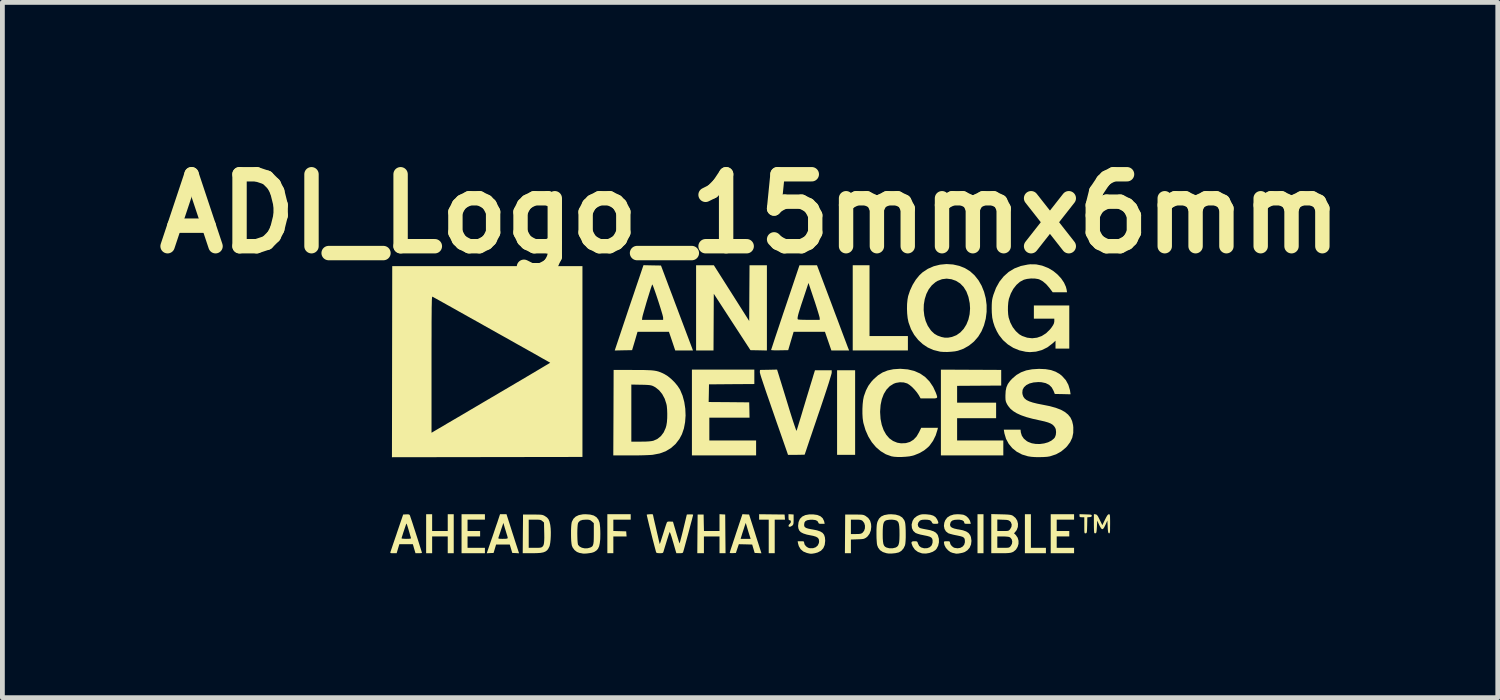
<source format=kicad_pcb>
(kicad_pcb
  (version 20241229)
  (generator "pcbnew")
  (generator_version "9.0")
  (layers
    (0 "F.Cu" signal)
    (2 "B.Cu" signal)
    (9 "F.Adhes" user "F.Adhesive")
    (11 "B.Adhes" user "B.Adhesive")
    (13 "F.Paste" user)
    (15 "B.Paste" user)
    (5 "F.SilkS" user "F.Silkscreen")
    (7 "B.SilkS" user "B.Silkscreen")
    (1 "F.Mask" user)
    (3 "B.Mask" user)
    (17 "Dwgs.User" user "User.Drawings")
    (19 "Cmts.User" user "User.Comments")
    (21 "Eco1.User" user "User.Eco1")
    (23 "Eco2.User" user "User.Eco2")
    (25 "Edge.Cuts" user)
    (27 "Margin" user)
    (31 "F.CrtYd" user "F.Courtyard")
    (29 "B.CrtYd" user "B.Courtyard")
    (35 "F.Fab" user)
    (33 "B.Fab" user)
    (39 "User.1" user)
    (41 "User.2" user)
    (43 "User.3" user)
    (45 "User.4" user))
  (footprint "ADI_Logo_15mmx6mm"
    (layer "F.Cu")
    (at 12.586 5.468)
    (property "Reference" "ADI_Logo_15mmx6mm" (at 0 -4.064 0) (layer "F.SilkS") (effects (font (size 1.5 1.5) (thickness 0.3))))
    (attr board_only exclude_from_pos_files exclude_from_bom)
    (fp_poly (pts (xy 2.189 0.081) (xy 2.189 0.963) (xy 2.001 0.963) (xy 1.813 0.963) (xy 1.813 0.081) (xy 1.813 -0.8) (xy 2.001 -0.8) (xy 2.189 -0.8)) (stroke (width 0) (type solid)) (fill yes) (layer "F.SilkS"))
    (fp_poly (pts (xy 4.865 2.608) (xy 4.865 3.014) (xy 4.802 3.014) (xy 4.74 3.014) (xy 4.74 2.608) (xy 4.74 2.201) (xy 4.802 2.201) (xy 4.865 2.201)) (stroke (width 0) (type solid)) (fill yes) (layer "F.SilkS"))
    (fp_poly (pts (xy 2.489 -2.251) (xy 2.489 -1.513) (xy 2.889 -1.513) (xy 3.289 -1.513) (xy 3.289 -1.363) (xy 3.289 -1.213) (xy 2.714 -1.213) (xy 2.139 -1.213) (xy 2.139 -2.101) (xy 2.139 -2.989) (xy 2.314 -2.989) (xy 2.489 -2.989)) (stroke (width 0) (type solid)) (fill yes) (layer "F.SilkS"))
    (fp_poly (pts (xy 5.853 2.551) (xy 5.853 2.901) (xy 6.009 2.901) (xy 6.166 2.901) (xy 6.166 2.958) (xy 6.166 3.014) (xy 5.947 3.014) (xy 5.728 3.014) (xy 5.728 2.608) (xy 5.728 2.201) (xy 5.79 2.201) (xy 5.853 2.201)) (stroke (width 0) (type solid)) (fill yes) (layer "F.SilkS"))
    (fp_poly (pts (xy 0.453 2.204) (xy 0.719 2.207) (xy 0.723 2.26) (xy 0.727 2.314) (xy 0.62 2.314) (xy 0.513 2.314) (xy 0.513 2.664) (xy 0.513 3.014) (xy 0.45 3.014) (xy 0.388 3.014) (xy 0.388 2.664) (xy 0.388 2.314) (xy 0.288 2.314) (xy 0.188 2.314) (xy 0.188 2.257) (xy 0.188 2.201)) (stroke (width 0) (type solid)) (fill yes) (layer "F.SilkS"))
    (fp_poly (pts (xy -2.489 2.257) (xy -2.489 2.314) (xy -2.67 2.314) (xy -2.851 2.314) (xy -2.851 2.432) (xy -2.851 2.55) (xy -2.717 2.554) (xy -2.583 2.558) (xy -2.579 2.611) (xy -2.575 2.664) (xy -2.713 2.664) (xy -2.851 2.664) (xy -2.851 2.839) (xy -2.851 3.014) (xy -2.914 3.014) (xy -2.976 3.014) (xy -2.976 2.608) (xy -2.976 2.201) (xy -2.733 2.201) (xy -2.489 2.201)) (stroke (width 0) (type solid)) (fill yes) (layer "F.SilkS"))
    (fp_poly (pts (xy -0.387 -2.408) (xy -0.019 -1.827) (xy -0.016 -2.408) (xy -0.012 -2.989) (xy 0.169 -2.989) (xy 0.35 -2.989) (xy 0.35 -2.101) (xy 0.35 -1.212) (xy 0.178 -1.216) (xy 0.007 -1.219) (xy -0.375 -1.806) (xy -0.757 -2.394) (xy -0.76 -1.803) (xy -0.763 -1.213) (xy -0.944 -1.213) (xy -1.126 -1.213) (xy -1.126 -2.101) (xy -1.126 -2.989) (xy -0.941 -2.989) (xy -0.756 -2.989)) (stroke (width 0) (type solid)) (fill yes) (layer "F.SilkS"))
    (fp_poly (pts (xy 0.854 2.203) (xy 0.907 2.207) (xy 0.907 2.312) (xy 0.906 2.364) (xy 0.903 2.397) (xy 0.896 2.419) (xy 0.885 2.433) (xy 0.877 2.44) (xy 0.845 2.459) (xy 0.818 2.463) (xy 0.802 2.452) (xy 0.8 2.442) (xy 0.81 2.418) (xy 0.825 2.404) (xy 0.845 2.379) (xy 0.85 2.357) (xy 0.845 2.333) (xy 0.825 2.326) (xy 0.81 2.323) (xy 0.803 2.309) (xy 0.801 2.279) (xy 0.8 2.263) (xy 0.8 2.2)) (stroke (width 0) (type solid)) (fill yes) (layer "F.SilkS"))
    (fp_poly (pts (xy -6.628 2.376) (xy -6.628 2.551) (xy -6.466 2.551) (xy -6.303 2.551) (xy -6.303 2.376) (xy -6.303 2.201) (xy -6.241 2.201) (xy -6.178 2.201) (xy -6.178 2.608) (xy -6.178 3.014) (xy -6.241 3.014) (xy -6.303 3.014) (xy -6.303 2.839) (xy -6.303 2.664) (xy -6.466 2.664) (xy -6.628 2.664) (xy -6.628 2.839) (xy -6.628 3.014) (xy -6.691 3.014) (xy -6.753 3.014) (xy -6.753 2.608) (xy -6.753 2.201) (xy -6.691 2.201) (xy -6.628 2.201)) (stroke (width 0) (type solid)) (fill yes) (layer "F.SilkS"))
    (fp_poly (pts (xy -5.528 2.257) (xy -5.528 2.314) (xy -5.709 2.314) (xy -5.89 2.314) (xy -5.89 2.432) (xy -5.89 2.551) (xy -5.759 2.551) (xy -5.628 2.551) (xy -5.628 2.608) (xy -5.628 2.664) (xy -5.759 2.664) (xy -5.89 2.664) (xy -5.89 2.783) (xy -5.89 2.901) (xy -5.709 2.901) (xy -5.528 2.901) (xy -5.528 2.958) (xy -5.528 3.014) (xy -5.772 3.014) (xy -6.015 3.014) (xy -6.015 2.608) (xy -6.015 2.201) (xy -5.772 2.201) (xy -5.528 2.201)) (stroke (width 0) (type solid)) (fill yes) (layer "F.SilkS"))
    (fp_poly (pts (xy -0.578 2.204) (xy -0.519 2.207) (xy -0.516 2.611) (xy -0.512 3.014) (xy -0.575 3.014) (xy -0.638 3.014) (xy -0.638 2.839) (xy -0.638 2.664) (xy -0.8 2.664) (xy -0.963 2.664) (xy -0.963 2.839) (xy -0.963 3.014) (xy -1.032 3.014) (xy -1.101 3.014) (xy -1.098 2.611) (xy -1.094 2.207) (xy -1.032 2.207) (xy -0.969 2.207) (xy -0.966 2.379) (xy -0.962 2.551) (xy -0.8 2.551) (xy -0.638 2.551) (xy -0.638 2.375) (xy -0.638 2.2)) (stroke (width 0) (type solid)) (fill yes) (layer "F.SilkS"))
    (fp_poly (pts (xy 0.088 -0.663) (xy 0.088 -0.513) (xy -0.385 -0.51) (xy -0.857 -0.506) (xy -0.86 -0.322) (xy -0.864 -0.138) (xy -0.441 -0.135) (xy -0.019 -0.131) (xy -0.015 0.028) (xy -0.012 0.188) (xy -0.431 0.188) (xy -0.85 0.188) (xy -0.85 0.425) (xy -0.85 0.663) (xy -0.363 0.663) (xy 0.125 0.663) (xy 0.125 0.819) (xy 0.125 0.975) (xy -0.544 0.975) (xy -1.213 0.975) (xy -1.213 0.081) (xy -1.213 -0.813) (xy -0.563 -0.813) (xy 0.088 -0.813)) (stroke (width 0) (type solid)) (fill yes) (layer "F.SilkS"))
    (fp_poly (pts (xy 4.605 -0.81) (xy 5.234 -0.807) (xy 5.234 -0.644) (xy 5.234 -0.481) (xy 4.774 -0.478) (xy 4.315 -0.475) (xy 4.315 -0.3) (xy 4.315 -0.125) (xy 4.721 -0.125) (xy 5.128 -0.125) (xy 5.128 0.038) (xy 5.128 0.2) (xy 4.721 0.2) (xy 4.315 0.2) (xy 4.315 0.431) (xy 4.315 0.663) (xy 4.796 0.663) (xy 5.278 0.663) (xy 5.278 0.819) (xy 5.278 0.975) (xy 4.627 0.975) (xy 3.977 0.975) (xy 3.977 0.081) (xy 3.977 -0.813)) (stroke (width 0) (type solid)) (fill yes) (layer "F.SilkS"))
    (fp_poly (pts (xy 6.753 2.257) (xy 6.753 2.314) (xy 6.572 2.314) (xy 6.391 2.314) (xy 6.391 2.432) (xy 6.391 2.551) (xy 6.522 2.551) (xy 6.653 2.551) (xy 6.653 2.608) (xy 6.653 2.664) (xy 6.522 2.664) (xy 6.391 2.664) (xy 6.391 2.783) (xy 6.391 2.901) (xy 6.572 2.901) (xy 6.753 2.901) (xy 6.753 2.958) (xy 6.753 3.014) (xy 6.509 3.014) (xy 6.266 3.014) (xy 6.266 2.608) (xy 6.266 2.201) (xy 6.509 2.201) (xy 6.753 2.201)) (stroke (width 0) (type solid)) (fill yes) (layer "F.SilkS"))
    (fp_poly (pts (xy 6.994 2.204) (xy 7.052 2.206) (xy 7.089 2.208) (xy 7.11 2.213) (xy 7.12 2.22) (xy 7.122 2.231) (xy 7.122 2.232) (xy 7.117 2.25) (xy 7.096 2.259) (xy 7.076 2.261) (xy 7.029 2.265) (xy 7.026 2.43) (xy 7.024 2.497) (xy 7.022 2.543) (xy 7.019 2.572) (xy 7.014 2.588) (xy 7.007 2.596) (xy 6.996 2.599) (xy 6.994 2.599) (xy 6.983 2.6) (xy 6.975 2.596) (xy 6.97 2.584) (xy 6.967 2.56) (xy 6.966 2.52) (xy 6.966 2.46) (xy 6.966 2.433) (xy 6.966 2.264) (xy 6.916 2.264) (xy 6.884 2.262) (xy 6.869 2.254) (xy 6.866 2.235) (xy 6.866 2.232) (xy 6.866 2.2)) (stroke (width 0) (type solid)) (fill yes) (layer "F.SilkS"))
    (fp_poly (pts (xy -0.091 2.204) (xy -0.021 2.207) (xy 0.065 2.476) (xy 0.093 2.564) (xy 0.121 2.654) (xy 0.148 2.739) (xy 0.172 2.813) (xy 0.19 2.871) (xy 0.193 2.88) (xy 0.236 3.015) (xy 0.166 3.011) (xy 0.095 3.008) (xy 0.069 2.92) (xy 0.043 2.833) (xy -0.096 2.829) (xy -0.235 2.826) (xy -0.266 2.917) (xy -0.296 3.008) (xy -0.361 3.012) (xy -0.397 3.012) (xy -0.42 3.009) (xy -0.425 3.005) (xy -0.421 2.991) (xy -0.411 2.957) (xy -0.394 2.904) (xy -0.371 2.836) (xy -0.345 2.756) (xy -0.331 2.714) (xy -0.198 2.714) (xy -0.094 2.714) (xy 0.011 2.714) (xy -0.006 2.661) (xy -0.018 2.624) (xy -0.034 2.573) (xy -0.051 2.516) (xy -0.057 2.495) (xy -0.091 2.382) (xy -0.115 2.451) (xy -0.13 2.499) (xy -0.149 2.557) (xy -0.168 2.615) (xy -0.168 2.617) (xy -0.198 2.714) (xy -0.331 2.714) (xy -0.315 2.666) (xy -0.293 2.598) (xy -0.16 2.2)) (stroke (width 0) (type solid)) (fill yes) (layer "F.SilkS"))
    (fp_poly (pts (xy 2.243 2.208) (xy 2.296 2.209) (xy 2.334 2.211) (xy 2.361 2.216) (xy 2.383 2.224) (xy 2.404 2.235) (xy 2.407 2.237) (xy 2.463 2.28) (xy 2.501 2.335) (xy 2.521 2.403) (xy 2.525 2.464) (xy 2.516 2.539) (xy 2.489 2.609) (xy 2.446 2.666) (xy 2.418 2.689) (xy 2.394 2.703) (xy 2.37 2.713) (xy 2.338 2.719) (xy 2.292 2.722) (xy 2.236 2.724) (xy 2.101 2.729) (xy 2.101 2.871) (xy 2.101 3.014) (xy 2.038 3.014) (xy 1.976 3.014) (xy 1.979 2.611) (xy 1.981 2.314) (xy 2.101 2.314) (xy 2.101 2.464) (xy 2.101 2.614) (xy 2.206 2.614) (xy 2.261 2.613) (xy 2.298 2.609) (xy 2.324 2.6) (xy 2.343 2.588) (xy 2.376 2.547) (xy 2.393 2.495) (xy 2.394 2.438) (xy 2.379 2.385) (xy 2.347 2.343) (xy 2.343 2.339) (xy 2.322 2.326) (xy 2.295 2.318) (xy 2.256 2.314) (xy 2.206 2.314) (xy 2.101 2.314) (xy 1.981 2.314) (xy 1.982 2.207) (xy 2.17 2.207)) (stroke (width 0) (type solid)) (fill yes) (layer "F.SilkS"))
    (fp_poly (pts (xy -4.983 2.498) (xy -4.955 2.587) (xy -4.926 2.676) (xy -4.9 2.758) (xy -4.877 2.829) (xy -4.859 2.883) (xy -4.852 2.905) (xy -4.816 3.015) (xy -4.887 3.011) (xy -4.958 3.008) (xy -4.984 2.92) (xy -5.01 2.833) (xy -5.153 2.833) (xy -5.295 2.833) (xy -5.321 2.92) (xy -5.347 3.008) (xy -5.418 3.011) (xy -5.49 3.015) (xy -5.383 2.703) (xy -5.248 2.703) (xy -5.24 2.709) (xy -5.217 2.713) (xy -5.176 2.714) (xy -5.153 2.714) (xy -5.1 2.713) (xy -5.068 2.709) (xy -5.054 2.702) (xy -5.052 2.697) (xy -5.056 2.676) (xy -5.065 2.642) (xy -5.071 2.625) (xy -5.083 2.585) (xy -5.099 2.532) (xy -5.116 2.478) (xy -5.116 2.476) (xy -5.143 2.382) (xy -5.192 2.526) (xy -5.211 2.584) (xy -5.228 2.635) (xy -5.241 2.673) (xy -5.247 2.692) (xy -5.248 2.703) (xy -5.383 2.703) (xy -5.379 2.693) (xy -5.348 2.602) (xy -5.319 2.515) (xy -5.292 2.436) (xy -5.268 2.368) (xy -5.251 2.315) (xy -5.241 2.285) (xy -5.213 2.201) (xy -5.146 2.201) (xy -5.078 2.201)) (stroke (width 0) (type solid)) (fill yes) (layer "F.SilkS"))
    (fp_poly (pts (xy 7.2 2.203) (xy 7.218 2.208) (xy 7.234 2.221) (xy 7.251 2.245) (xy 7.272 2.286) (xy 7.288 2.318) (xy 7.342 2.429) (xy 7.397 2.315) (xy 7.425 2.26) (xy 7.446 2.225) (xy 7.463 2.207) (xy 7.478 2.201) (xy 7.478 2.201) (xy 7.488 2.202) (xy 7.495 2.208) (xy 7.499 2.222) (xy 7.502 2.247) (xy 7.503 2.288) (xy 7.504 2.348) (xy 7.504 2.402) (xy 7.503 2.477) (xy 7.503 2.531) (xy 7.501 2.566) (xy 7.497 2.587) (xy 7.492 2.597) (xy 7.485 2.599) (xy 7.482 2.599) (xy 7.472 2.594) (xy 7.465 2.58) (xy 7.46 2.553) (xy 7.456 2.508) (xy 7.454 2.464) (xy 7.447 2.332) (xy 7.407 2.423) (xy 7.38 2.477) (xy 7.358 2.507) (xy 7.337 2.513) (xy 7.316 2.495) (xy 7.291 2.453) (xy 7.276 2.423) (xy 7.235 2.333) (xy 7.229 2.464) (xy 7.225 2.525) (xy 7.221 2.564) (xy 7.215 2.587) (xy 7.206 2.597) (xy 7.203 2.598) (xy 7.181 2.597) (xy 7.175 2.593) (xy 7.172 2.578) (xy 7.169 2.543) (xy 7.167 2.492) (xy 7.166 2.429) (xy 7.166 2.392) (xy 7.166 2.199)) (stroke (width 0) (type solid)) (fill yes) (layer "F.SilkS"))
    (fp_poly (pts (xy -4.458 2.208) (xy -4.402 2.209) (xy -4.363 2.211) (xy -4.334 2.215) (xy -4.311 2.222) (xy -4.29 2.232) (xy -4.278 2.239) (xy -4.234 2.269) (xy -4.203 2.306) (xy -4.182 2.356) (xy -4.166 2.424) (xy -4.164 2.439) (xy -4.157 2.501) (xy -4.154 2.574) (xy -4.155 2.652) (xy -4.159 2.728) (xy -4.166 2.795) (xy -4.176 2.849) (xy -4.183 2.872) (xy -4.206 2.918) (xy -4.232 2.953) (xy -4.266 2.978) (xy -4.31 2.996) (xy -4.369 3.007) (xy -4.447 3.012) (xy -4.543 3.014) (xy -4.74 3.014) (xy -4.737 2.611) (xy -4.734 2.314) (xy -4.615 2.314) (xy -4.615 2.608) (xy -4.615 2.901) (xy -4.483 2.901) (xy -4.423 2.901) (xy -4.382 2.899) (xy -4.355 2.894) (xy -4.338 2.885) (xy -4.328 2.877) (xy -4.313 2.859) (xy -4.303 2.835) (xy -4.296 2.801) (xy -4.292 2.754) (xy -4.29 2.691) (xy -4.291 2.608) (xy -4.292 2.57) (xy -4.296 2.374) (xy -4.331 2.344) (xy -4.349 2.33) (xy -4.369 2.321) (xy -4.397 2.316) (xy -4.438 2.314) (xy -4.49 2.314) (xy -4.615 2.314) (xy -4.734 2.314) (xy -4.734 2.207) (xy -4.533 2.207)) (stroke (width 0) (type solid)) (fill yes) (layer "F.SilkS"))
    (fp_poly (pts (xy -2.04 -2.986) (xy -1.858 -2.983) (xy -1.78 -2.776) (xy -1.761 -2.725) (xy -1.734 -2.654) (xy -1.701 -2.565) (xy -1.662 -2.462) (xy -1.618 -2.347) (xy -1.572 -2.223) (xy -1.523 -2.094) (xy -1.474 -1.963) (xy -1.447 -1.892) (xy -1.191 -1.213) (xy -1.376 -1.213) (xy -1.561 -1.213) (xy -1.626 -1.407) (xy -1.692 -1.601) (xy -2.019 -1.601) (xy -2.347 -1.601) (xy -2.403 -1.41) (xy -2.46 -1.219) (xy -2.641 -1.216) (xy -2.822 -1.212) (xy -2.643 -1.747) (xy -2.608 -1.851) (xy -2.254 -1.851) (xy -2.034 -1.851) (xy -1.813 -1.851) (xy -1.813 -1.898) (xy -1.817 -1.919) (xy -1.827 -1.959) (xy -1.843 -2.013) (xy -1.863 -2.08) (xy -1.886 -2.153) (xy -1.911 -2.231) (xy -1.937 -2.31) (xy -1.962 -2.385) (xy -1.986 -2.454) (xy -2.007 -2.512) (xy -2.023 -2.556) (xy -2.035 -2.583) (xy -2.039 -2.589) (xy -2.045 -2.577) (xy -2.056 -2.546) (xy -2.073 -2.497) (xy -2.092 -2.436) (xy -2.114 -2.365) (xy -2.138 -2.288) (xy -2.162 -2.209) (xy -2.184 -2.132) (xy -2.205 -2.06) (xy -2.223 -1.997) (xy -2.237 -1.947) (xy -2.245 -1.913) (xy -2.247 -1.904) (xy -2.254 -1.851) (xy -2.608 -1.851) (xy -2.6 -1.875) (xy -2.555 -2.01) (xy -2.509 -2.147) (xy -2.463 -2.282) (xy -2.42 -2.408) (xy -2.382 -2.522) (xy -2.349 -2.619) (xy -2.343 -2.636) (xy -2.223 -2.99)) (stroke (width 0) (type solid)) (fill yes) (layer "F.SilkS"))
    (fp_poly (pts (xy 1.212 -2.989) (xy 1.394 -2.989) (xy 1.713 -2.142) (xy 1.765 -2.002) (xy 1.816 -1.868) (xy 1.863 -1.742) (xy 1.906 -1.627) (xy 1.945 -1.523) (xy 1.979 -1.433) (xy 2.007 -1.359) (xy 2.028 -1.303) (xy 2.042 -1.267) (xy 2.047 -1.254) (xy 2.064 -1.213) (xy 1.879 -1.213) (xy 1.694 -1.213) (xy 1.627 -1.407) (xy 1.56 -1.601) (xy 1.233 -1.601) (xy 0.907 -1.601) (xy 0.85 -1.41) (xy 0.794 -1.219) (xy 0.616 -1.216) (xy 0.552 -1.215) (xy 0.499 -1.216) (xy 0.46 -1.218) (xy 0.439 -1.221) (xy 0.437 -1.222) (xy 0.441 -1.235) (xy 0.453 -1.27) (xy 0.471 -1.325) (xy 0.495 -1.398) (xy 0.524 -1.487) (xy 0.559 -1.591) (xy 0.598 -1.707) (xy 0.64 -1.834) (xy 0.658 -1.887) (xy 0.989 -1.887) (xy 0.991 -1.869) (xy 0.996 -1.859) (xy 1.011 -1.857) (xy 1.046 -1.854) (xy 1.099 -1.852) (xy 1.163 -1.851) (xy 1.228 -1.851) (xy 1.451 -1.851) (xy 1.451 -1.885) (xy 1.447 -1.906) (xy 1.436 -1.947) (xy 1.419 -2.004) (xy 1.397 -2.076) (xy 1.371 -2.158) (xy 1.342 -2.247) (xy 1.334 -2.27) (xy 1.217 -2.62) (xy 1.103 -2.276) (xy 1.066 -2.166) (xy 1.038 -2.077) (xy 1.016 -2.007) (xy 1.001 -1.953) (xy 0.993 -1.914) (xy 0.989 -1.887) (xy 0.658 -1.887) (xy 0.685 -1.969) (xy 0.733 -2.11) (xy 1.029 -2.989)) (stroke (width 0) (type solid)) (fill yes) (layer "F.SilkS"))
    (fp_poly (pts (xy -7.105 2.209) (xy -7.093 2.222) (xy -7.087 2.238) (xy -7.075 2.275) (xy -7.057 2.327) (xy -7.035 2.393) (xy -7.011 2.468) (xy -6.984 2.55) (xy -6.957 2.634) (xy -6.93 2.718) (xy -6.905 2.797) (xy -6.883 2.868) (xy -6.864 2.928) (xy -6.85 2.973) (xy -6.842 3) (xy -6.841 3.006) (xy -6.852 3.011) (xy -6.881 3.013) (xy -6.908 3.014) (xy -6.975 3.014) (xy -7.003 2.92) (xy -7.03 2.826) (xy -7.171 2.826) (xy -7.312 2.826) (xy -7.34 2.92) (xy -7.368 3.014) (xy -7.437 3.014) (xy -7.476 3.013) (xy -7.495 3.01) (xy -7.5 3) (xy -7.497 2.986) (xy -7.49 2.967) (xy -7.477 2.928) (xy -7.458 2.872) (xy -7.434 2.801) (xy -7.406 2.719) (xy -7.401 2.704) (xy -7.266 2.704) (xy -7.254 2.709) (xy -7.224 2.712) (xy -7.18 2.714) (xy -7.165 2.714) (xy -7.112 2.713) (xy -7.081 2.709) (xy -7.069 2.703) (xy -7.069 2.698) (xy -7.074 2.681) (xy -7.085 2.644) (xy -7.099 2.594) (xy -7.116 2.536) (xy -7.116 2.536) (xy -7.133 2.48) (xy -7.147 2.435) (xy -7.158 2.405) (xy -7.164 2.395) (xy -7.164 2.395) (xy -7.17 2.408) (xy -7.181 2.44) (xy -7.196 2.484) (xy -7.213 2.535) (xy -7.231 2.588) (xy -7.246 2.637) (xy -7.259 2.676) (xy -7.265 2.7) (xy -7.266 2.704) (xy -7.401 2.704) (xy -7.375 2.629) (xy -7.36 2.583) (xy -7.232 2.207) (xy -7.168 2.204) (xy -7.128 2.203)) (stroke (width 0) (type solid)) (fill yes) (layer "F.SilkS"))
    (fp_poly (pts (xy -2.439 -0.806) (xy -2.315 -0.806) (xy -2.213 -0.805) (xy -2.129 -0.802) (xy -2.061 -0.799) (xy -2.004 -0.793) (xy -1.956 -0.785) (xy -1.913 -0.774) (xy -1.873 -0.76) (xy -1.831 -0.742) (xy -1.788 -0.721) (xy -1.719 -0.679) (xy -1.646 -0.62) (xy -1.575 -0.55) (xy -1.513 -0.476) (xy -1.465 -0.403) (xy -1.46 -0.394) (xy -1.408 -0.271) (xy -1.372 -0.138) (xy -1.351 0.001) (xy -1.345 0.143) (xy -1.355 0.281) (xy -1.38 0.413) (xy -1.421 0.533) (xy -1.474 0.633) (xy -1.555 0.738) (xy -1.65 0.822) (xy -1.759 0.888) (xy -1.883 0.934) (xy -2.024 0.961) (xy -2.037 0.963) (xy -2.078 0.966) (xy -2.14 0.969) (xy -2.218 0.972) (xy -2.308 0.974) (xy -2.404 0.975) (xy -2.498 0.975) (xy -2.852 0.975) (xy -2.848 0.084) (xy -2.846 -0.502) (xy -2.476 -0.502) (xy -2.476 0.093) (xy -2.476 0.688) (xy -2.278 0.688) (xy -2.184 0.687) (xy -2.111 0.683) (xy -2.056 0.677) (xy -2.016 0.669) (xy -1.932 0.631) (xy -1.86 0.573) (xy -1.802 0.496) (xy -1.76 0.403) (xy -1.745 0.349) (xy -1.734 0.281) (xy -1.728 0.197) (xy -1.727 0.107) (xy -1.73 0.019) (xy -1.737 -0.058) (xy -1.745 -0.097) (xy -1.78 -0.206) (xy -1.832 -0.303) (xy -1.898 -0.384) (xy -1.975 -0.445) (xy -2.008 -0.463) (xy -2.033 -0.475) (xy -2.058 -0.483) (xy -2.088 -0.489) (xy -2.127 -0.493) (xy -2.18 -0.496) (xy -2.252 -0.498) (xy -2.273 -0.498) (xy -2.476 -0.502) (xy -2.846 -0.502) (xy -2.845 -0.807)) (stroke (width 0) (type solid)) (fill yes) (layer "F.SilkS"))
    (fp_poly (pts (xy 5.231 2.203) (xy 5.309 2.205) (xy 5.367 2.208) (xy 5.409 2.212) (xy 5.439 2.217) (xy 5.461 2.225) (xy 5.478 2.233) (xy 5.532 2.278) (xy 5.568 2.335) (xy 5.584 2.4) (xy 5.581 2.467) (xy 5.557 2.531) (xy 5.526 2.571) (xy 5.501 2.598) (xy 5.539 2.635) (xy 5.577 2.69) (xy 5.595 2.753) (xy 5.595 2.819) (xy 5.576 2.882) (xy 5.542 2.938) (xy 5.491 2.981) (xy 5.473 2.99) (xy 5.449 2.999) (xy 5.42 3.006) (xy 5.383 3.01) (xy 5.333 3.013) (xy 5.264 3.014) (xy 5.224 3.014) (xy 5.027 3.014) (xy 5.027 2.664) (xy 5.153 2.664) (xy 5.153 2.783) (xy 5.153 2.901) (xy 5.276 2.901) (xy 5.333 2.901) (xy 5.371 2.899) (xy 5.395 2.895) (xy 5.411 2.886) (xy 5.426 2.871) (xy 5.433 2.863) (xy 5.458 2.818) (xy 5.464 2.77) (xy 5.453 2.724) (xy 5.425 2.689) (xy 5.407 2.678) (xy 5.381 2.671) (xy 5.338 2.667) (xy 5.285 2.664) (xy 5.265 2.664) (xy 5.153 2.664) (xy 5.027 2.664) (xy 5.027 2.606) (xy 5.027 2.311) (xy 5.153 2.311) (xy 5.153 2.431) (xy 5.153 2.551) (xy 5.27 2.551) (xy 5.325 2.551) (xy 5.361 2.549) (xy 5.385 2.544) (xy 5.401 2.534) (xy 5.416 2.518) (xy 5.42 2.513) (xy 5.447 2.465) (xy 5.453 2.416) (xy 5.437 2.37) (xy 5.42 2.35) (xy 5.402 2.336) (xy 5.381 2.326) (xy 5.351 2.32) (xy 5.305 2.317) (xy 5.27 2.316) (xy 5.153 2.311) (xy 5.027 2.311) (xy 5.027 2.198)) (stroke (width 0) (type solid)) (fill yes) (layer "F.SilkS"))
    (fp_poly (pts (xy -3.335 2.208) (xy -3.259 2.228) (xy -3.202 2.264) (xy -3.162 2.315) (xy -3.138 2.378) (xy -3.132 2.419) (xy -3.126 2.479) (xy -3.123 2.549) (xy -3.122 2.614) (xy -3.124 2.719) (xy -3.133 2.803) (xy -3.147 2.869) (xy -3.17 2.919) (xy -3.202 2.956) (xy -3.244 2.984) (xy -3.264 2.993) (xy -3.299 3.004) (xy -3.348 3.012) (xy -3.401 3.019) (xy -3.449 3.022) (xy -3.484 3.021) (xy -3.489 3.02) (xy -3.514 3.015) (xy -3.549 3.009) (xy -3.556 3.008) (xy -3.61 2.987) (xy -3.66 2.948) (xy -3.699 2.895) (xy -3.716 2.855) (xy -3.723 2.815) (xy -3.729 2.757) (xy -3.732 2.687) (xy -3.733 2.612) (xy -3.733 2.598) (xy -3.602 2.598) (xy -3.601 2.666) (xy -3.599 2.731) (xy -3.595 2.786) (xy -3.59 2.824) (xy -3.586 2.839) (xy -3.555 2.874) (xy -3.508 2.899) (xy -3.45 2.912) (xy -3.389 2.911) (xy -3.333 2.896) (xy -3.308 2.884) (xy -3.289 2.869) (xy -3.276 2.847) (xy -3.267 2.816) (xy -3.261 2.771) (xy -3.259 2.709) (xy -3.258 2.627) (xy -3.258 2.603) (xy -3.258 2.387) (xy -3.299 2.35) (xy -3.324 2.33) (xy -3.35 2.319) (xy -3.384 2.314) (xy -3.421 2.314) (xy -3.492 2.319) (xy -3.543 2.336) (xy -3.575 2.365) (xy -3.588 2.39) (xy -3.594 2.421) (xy -3.598 2.469) (xy -3.601 2.53) (xy -3.602 2.598) (xy -3.733 2.598) (xy -3.733 2.536) (xy -3.73 2.466) (xy -3.725 2.408) (xy -3.718 2.367) (xy -3.716 2.36) (xy -3.683 2.296) (xy -3.635 2.25) (xy -3.57 2.219) (xy -3.486 2.203) (xy -3.43 2.201)) (stroke (width 0) (type solid)) (fill yes) (layer "F.SilkS"))
    (fp_poly (pts (xy 1.4 2.216) (xy 1.466 2.243) (xy 1.513 2.285) (xy 1.541 2.342) (xy 1.546 2.361) (xy 1.554 2.401) (xy 1.491 2.401) (xy 1.453 2.4) (xy 1.433 2.394) (xy 1.423 2.38) (xy 1.421 2.371) (xy 1.401 2.341) (xy 1.359 2.322) (xy 1.296 2.315) (xy 1.255 2.316) (xy 1.194 2.325) (xy 1.154 2.344) (xy 1.132 2.376) (xy 1.126 2.421) (xy 1.129 2.45) (xy 1.143 2.471) (xy 1.17 2.488) (xy 1.214 2.502) (xy 1.279 2.515) (xy 1.305 2.519) (xy 1.395 2.537) (xy 1.462 2.56) (xy 1.511 2.59) (xy 1.542 2.63) (xy 1.559 2.683) (xy 1.565 2.749) (xy 1.565 2.757) (xy 1.555 2.841) (xy 1.526 2.909) (xy 1.477 2.962) (xy 1.409 2.998) (xy 1.352 3.014) (xy 1.304 3.022) (xy 1.269 3.025) (xy 1.236 3.021) (xy 1.194 3.011) (xy 1.184 3.009) (xy 1.109 2.978) (xy 1.053 2.93) (xy 1.015 2.866) (xy 1 2.813) (xy 0.991 2.764) (xy 1.058 2.764) (xy 1.097 2.765) (xy 1.117 2.769) (xy 1.125 2.78) (xy 1.126 2.795) (xy 1.137 2.834) (xy 1.167 2.871) (xy 1.208 2.899) (xy 1.246 2.91) (xy 1.313 2.909) (xy 1.368 2.889) (xy 1.41 2.852) (xy 1.434 2.801) (xy 1.438 2.763) (xy 1.432 2.723) (xy 1.412 2.693) (xy 1.374 2.67) (xy 1.316 2.652) (xy 1.274 2.644) (xy 1.18 2.625) (xy 1.109 2.602) (xy 1.057 2.575) (xy 1.024 2.54) (xy 1.006 2.496) (xy 1 2.445) (xy 1.01 2.364) (xy 1.038 2.299) (xy 1.085 2.251) (xy 1.151 2.219) (xy 1.235 2.204) (xy 1.313 2.204)) (stroke (width 0) (type solid)) (fill yes) (layer "F.SilkS"))
    (fp_poly (pts (xy 3.034 2.209) (xy 3.113 2.232) (xy 3.172 2.27) (xy 3.213 2.325) (xy 3.228 2.364) (xy 3.235 2.403) (xy 3.24 2.461) (xy 3.243 2.531) (xy 3.244 2.607) (xy 3.244 2.683) (xy 3.241 2.753) (xy 3.236 2.81) (xy 3.229 2.848) (xy 3.229 2.848) (xy 3.2 2.91) (xy 3.157 2.961) (xy 3.105 2.994) (xy 3.091 2.999) (xy 3.028 3.013) (xy 2.956 3.02) (xy 2.887 3.02) (xy 2.843 3.014) (xy 2.766 2.989) (xy 2.708 2.95) (xy 2.668 2.896) (xy 2.649 2.847) (xy 2.643 2.814) (xy 2.639 2.762) (xy 2.635 2.697) (xy 2.634 2.623) (xy 2.634 2.617) (xy 2.764 2.617) (xy 2.765 2.705) (xy 2.77 2.771) (xy 2.778 2.82) (xy 2.792 2.854) (xy 2.812 2.878) (xy 2.84 2.894) (xy 2.842 2.895) (xy 2.903 2.911) (xy 2.971 2.911) (xy 3.033 2.896) (xy 3.034 2.896) (xy 3.062 2.88) (xy 3.083 2.859) (xy 3.097 2.828) (xy 3.107 2.784) (xy 3.112 2.723) (xy 3.114 2.642) (xy 3.114 2.61) (xy 3.113 2.522) (xy 3.109 2.455) (xy 3.102 2.406) (xy 3.091 2.372) (xy 3.074 2.349) (xy 3.052 2.332) (xy 3.051 2.332) (xy 3.01 2.32) (xy 2.956 2.314) (xy 2.899 2.316) (xy 2.849 2.324) (xy 2.826 2.332) (xy 2.804 2.348) (xy 2.788 2.372) (xy 2.776 2.407) (xy 2.769 2.457) (xy 2.765 2.525) (xy 2.764 2.614) (xy 2.764 2.617) (xy 2.634 2.617) (xy 2.634 2.608) (xy 2.634 2.526) (xy 2.637 2.465) (xy 2.641 2.418) (xy 2.648 2.381) (xy 2.656 2.354) (xy 2.687 2.293) (xy 2.733 2.248) (xy 2.796 2.219) (xy 2.878 2.204) (xy 2.937 2.201)) (stroke (width 0) (type solid)) (fill yes) (layer "F.SilkS"))
    (fp_poly (pts (xy -3.495 -0.982) (xy -3.495 1.007) (xy -5.481 1.01) (xy -7.466 1.013) (xy -7.465 0.503) (xy -6.641 0.503) (xy -6.594 0.475) (xy -6.577 0.465) (xy -6.54 0.443) (xy -6.484 0.41) (xy -6.411 0.368) (xy -6.323 0.315) (xy -6.22 0.255) (xy -6.104 0.187) (xy -5.976 0.112) (xy -5.839 0.031) (xy -5.693 -0.055) (xy -5.54 -0.145) (xy -5.382 -0.238) (xy -5.355 -0.253) (xy -5.197 -0.347) (xy -5.045 -0.436) (xy -4.901 -0.521) (xy -4.765 -0.601) (xy -4.64 -0.675) (xy -4.527 -0.742) (xy -4.426 -0.802) (xy -4.34 -0.853) (xy -4.27 -0.895) (xy -4.217 -0.926) (xy -4.182 -0.947) (xy -4.168 -0.957) (xy -4.167 -0.957) (xy -4.179 -0.964) (xy -4.211 -0.982) (xy -4.262 -1.011) (xy -4.329 -1.048) (xy -4.411 -1.095) (xy -4.506 -1.149) (xy -4.614 -1.209) (xy -4.731 -1.275) (xy -4.856 -1.345) (xy -4.989 -1.42) (xy -5.126 -1.497) (xy -5.266 -1.575) (xy -5.408 -1.655) (xy -5.549 -1.734) (xy -5.689 -1.813) (xy -5.826 -1.889) (xy -5.957 -1.963) (xy -6.081 -2.032) (xy -6.196 -2.097) (xy -6.302 -2.156) (xy -6.395 -2.208) (xy -6.474 -2.252) (xy -6.539 -2.288) (xy -6.586 -2.314) (xy -6.614 -2.33) (xy -6.622 -2.334) (xy -6.625 -2.333) (xy -6.628 -2.327) (xy -6.63 -2.313) (xy -6.632 -2.292) (xy -6.634 -2.262) (xy -6.635 -2.221) (xy -6.636 -2.168) (xy -6.638 -2.101) (xy -6.638 -2.021) (xy -6.639 -1.924) (xy -6.64 -1.811) (xy -6.64 -1.679) (xy -6.64 -1.527) (xy -6.641 -1.354) (xy -6.641 -1.159) (xy -6.641 -0.941) (xy -6.641 -0.919) (xy -6.641 0.503) (xy -7.465 0.503) (xy -7.463 -0.979) (xy -7.46 -2.97) (xy -5.478 -2.97) (xy -3.495 -2.97)) (stroke (width 0) (type solid)) (fill yes) (layer "F.SilkS"))
    (fp_poly (pts (xy 0.606 -0.673) (xy 0.619 -0.629) (xy 0.639 -0.566) (xy 0.664 -0.485) (xy 0.693 -0.391) (xy 0.725 -0.287) (xy 0.759 -0.176) (xy 0.794 -0.062) (xy 0.805 -0.025) (xy 0.838 0.082) (xy 0.869 0.18) (xy 0.897 0.267) (xy 0.922 0.341) (xy 0.942 0.4) (xy 0.957 0.441) (xy 0.966 0.461) (xy 0.968 0.463) (xy 0.973 0.447) (xy 0.985 0.41) (xy 1.002 0.354) (xy 1.024 0.282) (xy 1.05 0.197) (xy 1.079 0.101) (xy 1.11 -0.004) (xy 1.126 -0.056) (xy 1.16 -0.169) (xy 1.193 -0.279) (xy 1.225 -0.383) (xy 1.253 -0.477) (xy 1.278 -0.558) (xy 1.298 -0.623) (xy 1.312 -0.669) (xy 1.314 -0.678) (xy 1.352 -0.8) (xy 1.526 -0.8) (xy 1.701 -0.8) (xy 1.701 -0.751) (xy 1.697 -0.729) (xy 1.684 -0.684) (xy 1.664 -0.617) (xy 1.637 -0.528) (xy 1.602 -0.42) (xy 1.56 -0.292) (xy 1.511 -0.145) (xy 1.456 0.019) (xy 1.419 0.126) (xy 1.373 0.263) (xy 1.328 0.394) (xy 1.287 0.516) (xy 1.249 0.627) (xy 1.216 0.725) (xy 1.188 0.809) (xy 1.166 0.875) (xy 1.149 0.924) (xy 1.14 0.952) (xy 1.138 0.958) (xy 1.126 0.96) (xy 1.094 0.961) (xy 1.046 0.962) (xy 0.986 0.963) (xy 0.964 0.963) (xy 0.79 0.963) (xy 0.772 0.91) (xy 0.691 0.678) (xy 0.618 0.469) (xy 0.552 0.281) (xy 0.494 0.113) (xy 0.442 -0.036) (xy 0.397 -0.167) (xy 0.357 -0.281) (xy 0.323 -0.38) (xy 0.295 -0.464) (xy 0.271 -0.535) (xy 0.251 -0.595) (xy 0.235 -0.643) (xy 0.223 -0.681) (xy 0.214 -0.711) (xy 0.208 -0.734) (xy 0.204 -0.75) (xy 0.203 -0.761) (xy 0.203 -0.768) (xy 0.206 -0.807) (xy 0.384 -0.81) (xy 0.562 -0.814)) (stroke (width 0) (type solid)) (fill yes) (layer "F.SilkS"))
    (fp_poly (pts (xy 4.23 -3.005) (xy 4.363 -2.975) (xy 4.476 -2.93) (xy 4.584 -2.864) (xy 4.679 -2.778) (xy 4.76 -2.676) (xy 4.826 -2.561) (xy 4.877 -2.434) (xy 4.912 -2.3) (xy 4.93 -2.16) (xy 4.93 -2.017) (xy 4.912 -1.875) (xy 4.875 -1.735) (xy 4.824 -1.613) (xy 4.755 -1.5) (xy 4.667 -1.399) (xy 4.564 -1.315) (xy 4.449 -1.249) (xy 4.332 -1.207) (xy 4.269 -1.194) (xy 4.192 -1.186) (xy 4.11 -1.181) (xy 4.031 -1.182) (xy 3.967 -1.187) (xy 3.955 -1.189) (xy 3.822 -1.222) (xy 3.704 -1.274) (xy 3.598 -1.345) (xy 3.504 -1.432) (xy 3.42 -1.538) (xy 3.354 -1.656) (xy 3.305 -1.79) (xy 3.3 -1.808) (xy 3.284 -1.886) (xy 3.274 -1.98) (xy 3.271 -2.053) (xy 3.618 -2.053) (xy 3.631 -1.938) (xy 3.659 -1.828) (xy 3.704 -1.725) (xy 3.766 -1.634) (xy 3.785 -1.613) (xy 3.842 -1.56) (xy 3.906 -1.523) (xy 3.984 -1.495) (xy 3.989 -1.493) (xy 4.059 -1.479) (xy 4.125 -1.479) (xy 4.201 -1.493) (xy 4.209 -1.495) (xy 4.301 -1.531) (xy 4.382 -1.588) (xy 4.452 -1.663) (xy 4.508 -1.753) (xy 4.55 -1.856) (xy 4.576 -1.969) (xy 4.585 -2.09) (xy 4.578 -2.197) (xy 4.551 -2.328) (xy 4.509 -2.441) (xy 4.451 -2.535) (xy 4.378 -2.61) (xy 4.29 -2.665) (xy 4.198 -2.697) (xy 4.097 -2.71) (xy 4 -2.698) (xy 3.906 -2.662) (xy 3.865 -2.637) (xy 3.787 -2.57) (xy 3.723 -2.487) (xy 3.674 -2.39) (xy 3.64 -2.283) (xy 3.621 -2.169) (xy 3.618 -2.053) (xy 3.271 -2.053) (xy 3.27 -2.081) (xy 3.272 -2.182) (xy 3.281 -2.274) (xy 3.294 -2.345) (xy 3.334 -2.465) (xy 3.388 -2.581) (xy 3.454 -2.688) (xy 3.529 -2.78) (xy 3.593 -2.84) (xy 3.704 -2.914) (xy 3.827 -2.968) (xy 3.958 -3.001) (xy 4.094 -3.014)) (stroke (width 0) (type solid)) (fill yes) (layer "F.SilkS"))
    (fp_poly (pts (xy 4.372 2.203) (xy 4.421 2.208) (xy 4.453 2.214) (xy 4.501 2.238) (xy 4.546 2.278) (xy 4.578 2.326) (xy 4.589 2.356) (xy 4.6 2.401) (xy 4.532 2.401) (xy 4.493 2.4) (xy 4.472 2.395) (xy 4.465 2.384) (xy 4.465 2.377) (xy 4.453 2.347) (xy 4.42 2.326) (xy 4.366 2.315) (xy 4.331 2.314) (xy 4.265 2.318) (xy 4.219 2.331) (xy 4.189 2.355) (xy 4.177 2.377) (xy 4.167 2.419) (xy 4.175 2.452) (xy 4.204 2.479) (xy 4.254 2.499) (xy 4.328 2.516) (xy 4.346 2.518) (xy 4.436 2.536) (xy 4.505 2.561) (xy 4.554 2.594) (xy 4.587 2.638) (xy 4.603 2.677) (xy 4.614 2.756) (xy 4.605 2.831) (xy 4.576 2.899) (xy 4.529 2.953) (xy 4.471 2.99) (xy 4.433 3.003) (xy 4.386 3.013) (xy 4.339 3.021) (xy 4.301 3.023) (xy 4.283 3.021) (xy 4.264 3.016) (xy 4.231 3.009) (xy 4.224 3.008) (xy 4.172 2.988) (xy 4.123 2.95) (xy 4.08 2.901) (xy 4.051 2.845) (xy 4.04 2.792) (xy 4.042 2.775) (xy 4.054 2.767) (xy 4.081 2.764) (xy 4.102 2.764) (xy 4.14 2.765) (xy 4.159 2.771) (xy 4.165 2.784) (xy 4.165 2.786) (xy 4.176 2.827) (xy 4.205 2.866) (xy 4.244 2.895) (xy 4.263 2.902) (xy 4.325 2.911) (xy 4.382 2.902) (xy 4.429 2.876) (xy 4.462 2.837) (xy 4.477 2.787) (xy 4.477 2.778) (xy 4.476 2.738) (xy 4.469 2.709) (xy 4.453 2.688) (xy 4.425 2.671) (xy 4.381 2.658) (xy 4.316 2.644) (xy 4.29 2.639) (xy 4.233 2.627) (xy 4.18 2.613) (xy 4.141 2.601) (xy 4.127 2.595) (xy 4.081 2.558) (xy 4.052 2.507) (xy 4.04 2.445) (xy 4.048 2.378) (xy 4.068 2.326) (xy 4.109 2.27) (xy 4.169 2.231) (xy 4.245 2.207) (xy 4.32 2.201)) (stroke (width 0) (type solid)) (fill yes) (layer "F.SilkS"))
    (fp_poly (pts (xy 3.287 -0.818) (xy 3.421 -0.786) (xy 3.542 -0.733) (xy 3.648 -0.66) (xy 3.739 -0.567) (xy 3.815 -0.454) (xy 3.871 -0.333) (xy 3.888 -0.286) (xy 3.898 -0.254) (xy 3.898 -0.232) (xy 3.884 -0.22) (xy 3.854 -0.214) (xy 3.805 -0.213) (xy 3.734 -0.213) (xy 3.728 -0.213) (xy 3.554 -0.213) (xy 3.516 -0.281) (xy 3.478 -0.337) (xy 3.43 -0.395) (xy 3.377 -0.45) (xy 3.324 -0.494) (xy 3.277 -0.524) (xy 3.275 -0.525) (xy 3.203 -0.546) (xy 3.122 -0.55) (xy 3.041 -0.537) (xy 2.994 -0.52) (xy 2.912 -0.469) (xy 2.843 -0.397) (xy 2.787 -0.306) (xy 2.746 -0.199) (xy 2.72 -0.077) (xy 2.71 0.058) (xy 2.71 0.075) (xy 2.719 0.214) (xy 2.744 0.338) (xy 2.783 0.448) (xy 2.836 0.542) (xy 2.901 0.618) (xy 2.979 0.674) (xy 3.067 0.71) (xy 3.146 0.723) (xy 3.245 0.719) (xy 3.332 0.694) (xy 3.407 0.647) (xy 3.471 0.579) (xy 3.521 0.493) (xy 3.566 0.4) (xy 3.74 0.4) (xy 3.915 0.4) (xy 3.907 0.435) (xy 3.869 0.557) (xy 3.813 0.671) (xy 3.742 0.77) (xy 3.71 0.803) (xy 3.627 0.871) (xy 3.528 0.928) (xy 3.419 0.972) (xy 3.383 0.982) (xy 3.319 0.995) (xy 3.24 1.003) (xy 3.156 1.008) (xy 3.074 1.008) (xy 3.001 1.003) (xy 2.947 0.994) (xy 2.83 0.952) (xy 2.722 0.887) (xy 2.624 0.803) (xy 2.537 0.7) (xy 2.464 0.581) (xy 2.405 0.447) (xy 2.362 0.301) (xy 2.357 0.276) (xy 2.346 0.198) (xy 2.341 0.105) (xy 2.341 0.006) (xy 2.346 -0.092) (xy 2.356 -0.182) (xy 2.371 -0.256) (xy 2.374 -0.265) (xy 2.415 -0.379) (xy 2.465 -0.476) (xy 2.529 -0.563) (xy 2.576 -0.614) (xy 2.667 -0.695) (xy 2.763 -0.755) (xy 2.867 -0.796) (xy 2.985 -0.821) (xy 3.118 -0.83) (xy 3.139 -0.83)) (stroke (width 0) (type solid)) (fill yes) (layer "F.SilkS"))
    (fp_poly (pts (xy 3.645 2.202) (xy 3.675 2.203) (xy 3.756 2.212) (xy 3.817 2.23) (xy 3.862 2.259) (xy 3.894 2.301) (xy 3.903 2.319) (xy 3.921 2.361) (xy 3.924 2.386) (xy 3.912 2.397) (xy 3.881 2.401) (xy 3.864 2.401) (xy 3.826 2.4) (xy 3.804 2.393) (xy 3.793 2.378) (xy 3.79 2.371) (xy 3.772 2.342) (xy 3.743 2.324) (xy 3.698 2.316) (xy 3.648 2.314) (xy 3.596 2.316) (xy 3.56 2.324) (xy 3.536 2.338) (xy 3.506 2.375) (xy 3.495 2.415) (xy 3.503 2.454) (xy 3.532 2.484) (xy 3.537 2.488) (xy 3.56 2.495) (xy 3.599 2.504) (xy 3.65 2.514) (xy 3.673 2.518) (xy 3.759 2.535) (xy 3.824 2.557) (xy 3.871 2.585) (xy 3.903 2.621) (xy 3.915 2.643) (xy 3.935 2.713) (xy 3.936 2.787) (xy 3.92 2.858) (xy 3.887 2.92) (xy 3.863 2.948) (xy 3.809 2.983) (xy 3.74 3.008) (xy 3.664 3.021) (xy 3.592 3.018) (xy 3.577 3.015) (xy 3.498 2.987) (xy 3.436 2.941) (xy 3.391 2.877) (xy 3.384 2.861) (xy 3.366 2.814) (xy 3.364 2.785) (xy 3.378 2.77) (xy 3.409 2.764) (xy 3.425 2.764) (xy 3.461 2.765) (xy 3.481 2.772) (xy 3.492 2.79) (xy 3.5 2.814) (xy 3.524 2.862) (xy 3.564 2.893) (xy 3.623 2.91) (xy 3.631 2.911) (xy 3.695 2.908) (xy 3.747 2.887) (xy 3.784 2.85) (xy 3.802 2.799) (xy 3.803 2.789) (xy 3.804 2.745) (xy 3.796 2.712) (xy 3.777 2.688) (xy 3.743 2.669) (xy 3.691 2.654) (xy 3.617 2.639) (xy 3.614 2.638) (xy 3.554 2.626) (xy 3.5 2.611) (xy 3.46 2.596) (xy 3.447 2.59) (xy 3.4 2.547) (xy 3.373 2.49) (xy 3.367 2.423) (xy 3.368 2.411) (xy 3.386 2.34) (xy 3.42 2.285) (xy 3.475 2.242) (xy 3.496 2.231) (xy 3.532 2.215) (xy 3.564 2.206) (xy 3.598 2.202)) (stroke (width 0) (type solid)) (fill yes) (layer "F.SilkS"))
    (fp_poly (pts (xy 5.962 -3.007) (xy 6.087 -2.981) (xy 6.214 -2.931) (xy 6.228 -2.924) (xy 6.323 -2.866) (xy 6.409 -2.795) (xy 6.484 -2.714) (xy 6.543 -2.627) (xy 6.583 -2.539) (xy 6.598 -2.479) (xy 6.606 -2.426) (xy 6.457 -2.426) (xy 6.307 -2.426) (xy 6.239 -2.517) (xy 6.172 -2.594) (xy 6.101 -2.654) (xy 6.03 -2.693) (xy 6.005 -2.701) (xy 5.935 -2.712) (xy 5.854 -2.713) (xy 5.773 -2.704) (xy 5.706 -2.687) (xy 5.625 -2.644) (xy 5.551 -2.579) (xy 5.486 -2.496) (xy 5.434 -2.399) (xy 5.395 -2.289) (xy 5.394 -2.286) (xy 5.382 -2.218) (xy 5.375 -2.135) (xy 5.374 -2.049) (xy 5.379 -1.967) (xy 5.389 -1.901) (xy 5.424 -1.795) (xy 5.474 -1.699) (xy 5.537 -1.617) (xy 5.609 -1.551) (xy 5.67 -1.515) (xy 5.775 -1.479) (xy 5.879 -1.467) (xy 5.981 -1.479) (xy 6.078 -1.513) (xy 6.169 -1.571) (xy 6.25 -1.65) (xy 6.285 -1.694) (xy 6.316 -1.741) (xy 6.333 -1.777) (xy 6.34 -1.81) (xy 6.341 -1.824) (xy 6.341 -1.876) (xy 6.128 -1.876) (xy 5.915 -1.876) (xy 5.915 -2.013) (xy 5.915 -2.151) (xy 6.284 -2.151) (xy 6.653 -2.151) (xy 6.653 -1.701) (xy 6.653 -1.251) (xy 6.509 -1.251) (xy 6.366 -1.251) (xy 6.366 -1.333) (xy 6.366 -1.416) (xy 6.299 -1.355) (xy 6.196 -1.277) (xy 6.082 -1.221) (xy 5.959 -1.188) (xy 5.831 -1.178) (xy 5.747 -1.185) (xy 5.612 -1.215) (xy 5.486 -1.267) (xy 5.372 -1.339) (xy 5.271 -1.429) (xy 5.188 -1.534) (xy 5.142 -1.614) (xy 5.097 -1.713) (xy 5.067 -1.805) (xy 5.047 -1.898) (xy 5.038 -2.001) (xy 5.036 -2.089) (xy 5.037 -2.163) (xy 5.04 -2.22) (xy 5.045 -2.267) (xy 5.054 -2.311) (xy 5.068 -2.361) (xy 5.07 -2.369) (xy 5.126 -2.518) (xy 5.198 -2.647) (xy 5.287 -2.758) (xy 5.39 -2.85) (xy 5.509 -2.922) (xy 5.641 -2.973) (xy 5.787 -3.003) (xy 5.839 -3.009)) (stroke (width 0) (type solid)) (fill yes) (layer "F.SilkS"))
    (fp_poly (pts (xy -2.048 2.201) (xy -2.029 2.204) (xy -2.026 2.206) (xy -2.023 2.22) (xy -2.016 2.254) (xy -2.005 2.304) (xy -1.991 2.366) (xy -1.974 2.437) (xy -1.957 2.511) (xy -1.94 2.586) (xy -1.923 2.657) (xy -1.909 2.72) (xy -1.897 2.771) (xy -1.888 2.807) (xy -1.884 2.823) (xy -1.884 2.823) (xy -1.879 2.813) (xy -1.868 2.782) (xy -1.853 2.735) (xy -1.834 2.675) (xy -1.813 2.611) (xy -1.791 2.54) (xy -1.771 2.476) (xy -1.754 2.424) (xy -1.741 2.388) (xy -1.735 2.372) (xy -1.722 2.358) (xy -1.698 2.353) (xy -1.666 2.354) (xy -1.608 2.357) (xy -1.542 2.581) (xy -1.521 2.652) (xy -1.502 2.714) (xy -1.487 2.764) (xy -1.476 2.797) (xy -1.471 2.81) (xy -1.471 2.81) (xy -1.467 2.8) (xy -1.458 2.769) (xy -1.445 2.719) (xy -1.428 2.655) (xy -1.409 2.58) (xy -1.392 2.511) (xy -1.319 2.207) (xy -1.254 2.204) (xy -1.21 2.204) (xy -1.189 2.21) (xy -1.188 2.214) (xy -1.191 2.229) (xy -1.2 2.263) (xy -1.213 2.315) (xy -1.231 2.381) (xy -1.251 2.456) (xy -1.272 2.538) (xy -1.295 2.624) (xy -1.318 2.708) (xy -1.34 2.789) (xy -1.36 2.863) (xy -1.377 2.925) (xy -1.391 2.973) (xy -1.396 2.992) (xy -1.405 3.005) (xy -1.427 3.012) (xy -1.468 3.014) (xy -1.47 3.014) (xy -1.537 3.014) (xy -1.555 2.955) (xy -1.565 2.92) (xy -1.58 2.868) (xy -1.598 2.805) (xy -1.618 2.739) (xy -1.62 2.729) (xy -1.638 2.67) (xy -1.654 2.622) (xy -1.667 2.588) (xy -1.675 2.573) (xy -1.677 2.573) (xy -1.683 2.587) (xy -1.695 2.621) (xy -1.711 2.672) (xy -1.731 2.734) (xy -1.752 2.804) (xy -1.775 2.878) (xy -1.797 2.951) (xy -1.809 2.992) (xy -1.818 3.005) (xy -1.84 3.012) (xy -1.88 3.014) (xy -1.883 3.014) (xy -1.929 3.011) (xy -1.954 3.003) (xy -1.957 2.998) (xy -1.965 2.974) (xy -1.976 2.931) (xy -1.992 2.872) (xy -2.01 2.802) (xy -2.031 2.723) (xy -2.052 2.639) (xy -2.073 2.554) (xy -2.094 2.472) (xy -2.113 2.394) (xy -2.129 2.326) (xy -2.142 2.271) (xy -2.151 2.232) (xy -2.155 2.212) (xy -2.155 2.21) (xy -2.142 2.206) (xy -2.113 2.203) (xy -2.079 2.201)) (stroke (width 0) (type solid)) (fill yes) (layer "F.SilkS"))
    (fp_poly (pts (xy 6.159 -0.823) (xy 6.272 -0.804) (xy 6.37 -0.769) (xy 6.455 -0.72) (xy 6.507 -0.676) (xy 6.582 -0.592) (xy 6.634 -0.496) (xy 6.667 -0.386) (xy 6.671 -0.359) (xy 6.68 -0.299) (xy 6.515 -0.303) (xy 6.351 -0.306) (xy 6.327 -0.368) (xy 6.288 -0.441) (xy 6.233 -0.496) (xy 6.161 -0.532) (xy 6.072 -0.551) (xy 6.008 -0.554) (xy 5.909 -0.546) (xy 5.825 -0.525) (xy 5.758 -0.491) (xy 5.709 -0.446) (xy 5.68 -0.392) (xy 5.674 -0.329) (xy 5.68 -0.292) (xy 5.696 -0.248) (xy 5.723 -0.211) (xy 5.763 -0.179) (xy 5.818 -0.152) (xy 5.892 -0.127) (xy 5.985 -0.104) (xy 6.096 -0.082) (xy 6.246 -0.052) (xy 6.372 -0.017) (xy 6.477 0.023) (xy 6.562 0.07) (xy 6.628 0.124) (xy 6.678 0.186) (xy 6.712 0.259) (xy 6.732 0.343) (xy 6.737 0.392) (xy 6.736 0.505) (xy 6.715 0.606) (xy 6.671 0.699) (xy 6.605 0.787) (xy 6.579 0.814) (xy 6.484 0.893) (xy 6.378 0.952) (xy 6.257 0.992) (xy 6.252 0.994) (xy 6.191 1.004) (xy 6.114 1.009) (xy 6.027 1.011) (xy 5.94 1.01) (xy 5.86 1.004) (xy 5.795 0.994) (xy 5.793 0.994) (xy 5.668 0.956) (xy 5.559 0.899) (xy 5.466 0.824) (xy 5.391 0.734) (xy 5.335 0.63) (xy 5.3 0.512) (xy 5.297 0.491) (xy 5.288 0.438) (xy 5.462 0.438) (xy 5.637 0.438) (xy 5.643 0.495) (xy 5.664 0.564) (xy 5.706 0.626) (xy 5.769 0.678) (xy 5.796 0.693) (xy 5.871 0.722) (xy 5.955 0.736) (xy 6.043 0.737) (xy 6.13 0.725) (xy 6.211 0.702) (xy 6.28 0.667) (xy 6.334 0.623) (xy 6.354 0.597) (xy 6.372 0.548) (xy 6.378 0.49) (xy 6.372 0.433) (xy 6.361 0.403) (xy 6.337 0.366) (xy 6.307 0.336) (xy 6.267 0.311) (xy 6.213 0.289) (xy 6.142 0.268) (xy 6.05 0.247) (xy 6.035 0.244) (xy 5.883 0.21) (xy 5.754 0.175) (xy 5.646 0.137) (xy 5.557 0.096) (xy 5.484 0.051) (xy 5.425 0.001) (xy 5.379 -0.056) (xy 5.358 -0.089) (xy 5.341 -0.123) (xy 5.33 -0.153) (xy 5.324 -0.186) (xy 5.322 -0.231) (xy 5.322 -0.275) (xy 5.327 -0.369) (xy 5.343 -0.446) (xy 5.372 -0.513) (xy 5.418 -0.577) (xy 5.464 -0.626) (xy 5.551 -0.701) (xy 5.647 -0.757) (xy 5.755 -0.797) (xy 5.878 -0.82) (xy 6.019 -0.829) (xy 6.028 -0.829)) (stroke (width 0) (type solid)) (fill yes) (layer "F.SilkS")))
  (gr_rect
    (start -3 -3)
    (end 28.171 11.493)
    (stroke (width 0.1) (type default))
    (fill no)
    (layer "Edge.Cuts")))
</source>
